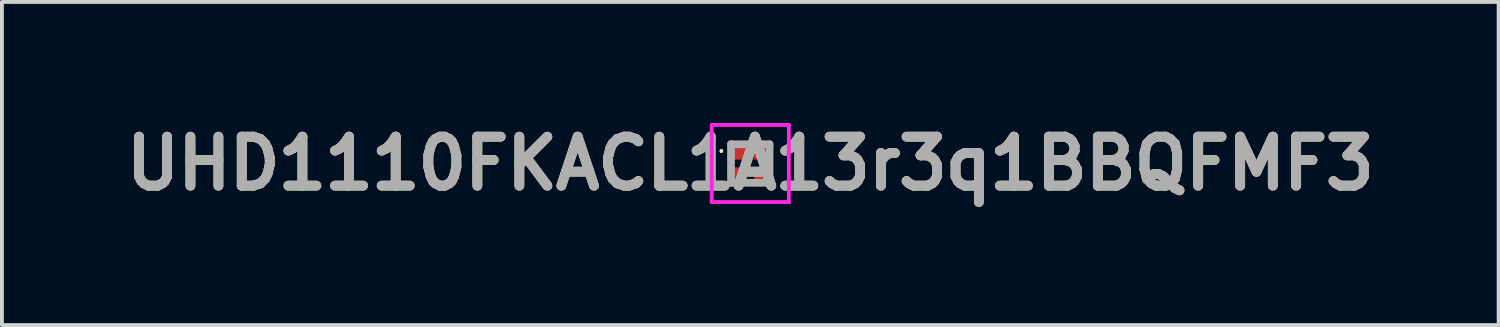
<source format=kicad_pcb>
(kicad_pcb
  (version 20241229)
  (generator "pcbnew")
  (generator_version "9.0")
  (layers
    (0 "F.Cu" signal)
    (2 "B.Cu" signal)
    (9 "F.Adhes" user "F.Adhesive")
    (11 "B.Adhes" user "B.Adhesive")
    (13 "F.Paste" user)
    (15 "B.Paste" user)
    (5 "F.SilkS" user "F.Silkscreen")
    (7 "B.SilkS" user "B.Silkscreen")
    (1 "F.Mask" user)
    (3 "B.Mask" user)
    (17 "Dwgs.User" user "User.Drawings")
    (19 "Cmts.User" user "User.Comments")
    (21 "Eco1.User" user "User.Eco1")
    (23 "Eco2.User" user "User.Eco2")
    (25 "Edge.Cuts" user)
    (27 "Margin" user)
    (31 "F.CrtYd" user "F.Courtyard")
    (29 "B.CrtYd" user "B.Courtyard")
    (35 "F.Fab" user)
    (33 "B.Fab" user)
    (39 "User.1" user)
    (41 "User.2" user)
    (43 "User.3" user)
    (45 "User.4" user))
  (footprint "UHD1110FKACL1A13r3q1BBQFMF3"
    (layer "F.Cu")
    (at 16.401 1.189)
    (property "Reference" "UHD1110FKACL1A13r3q1BBQFMF3" (at 0 0 0) (layer "F.SilkS") (effects (font (size 1.27 1.27) (thickness 0.254))))
    (attr smd)
    (fp_line (start -0.75 -0.35) (end -0.75 -0.35) (stroke (width 0.05) (type solid)) (layer "F.SilkS"))
    (fp_line (start -0.75 -0.3) (end -0.75 -0.3) (stroke (width 0.05) (type solid)) (layer "F.SilkS"))
    (fp_arc (start -0.75 -0.35) (mid -0.725 -0.325) (end -0.75 -0.3) (stroke (width 0.05) (type solid)) (layer "F.SilkS"))
    (fp_arc (start -0.75 -0.3) (mid -0.775 -0.325) (end -0.75 -0.35) (stroke (width 0.05) (type solid)) (layer "F.SilkS"))
    (fp_line (start -1 -1) (end 1 -1) (stroke (width 0.1) (type solid)) (layer "F.CrtYd"))
    (fp_line (start -1 1) (end -1 -1) (stroke (width 0.1) (type solid)) (layer "F.CrtYd"))
    (fp_line (start 1 -1) (end 1 1) (stroke (width 0.1) (type solid)) (layer "F.CrtYd"))
    (fp_line (start 1 1) (end -1 1) (stroke (width 0.1) (type solid)) (layer "F.CrtYd"))
    (fp_line (start -0.5 -0.5) (end 0.5 -0.5) (stroke (width 0.2) (type solid)) (layer "F.Fab"))
    (fp_line (start -0.5 0.5) (end -0.5 -0.5) (stroke (width 0.2) (type solid)) (layer "F.Fab"))
    (fp_line (start 0.5 -0.5) (end 0.5 0.5) (stroke (width 0.2) (type solid)) (layer "F.Fab"))
    (fp_line (start 0.5 0.5) (end -0.5 0.5) (stroke (width 0.2) (type solid)) (layer "F.Fab"))
    (fp_text user "${REFERENCE}" (at 0 0 0) (layer "F.Fab") (effects (font (size 1.27 1.27) (thickness 0.254))))
    (pad "1" smd rect (at -0.3 -0.3 90) (size 0.4 0.4) (layers "F.Cu" "F.Mask" "F.Paste"))
    (pad "2" smd rect (at -0.3 0.3 90) (size 0.4 0.4) (layers "F.Cu" "F.Mask" "F.Paste"))
    (pad "3" smd rect (at 0.3 0.3 90) (size 0.4 0.4) (layers "F.Cu" "F.Mask" "F.Paste"))
    (pad "4" smd rect (at 0.3 -0.3 90) (size 0.4 0.4) (layers "F.Cu" "F.Mask" "F.Paste")))
  (gr_rect
    (start -3 -3)
    (end 35.802 5.377)
    (stroke (width 0.1) (type default))
    (fill no)
    (layer "Edge.Cuts")))
</source>
